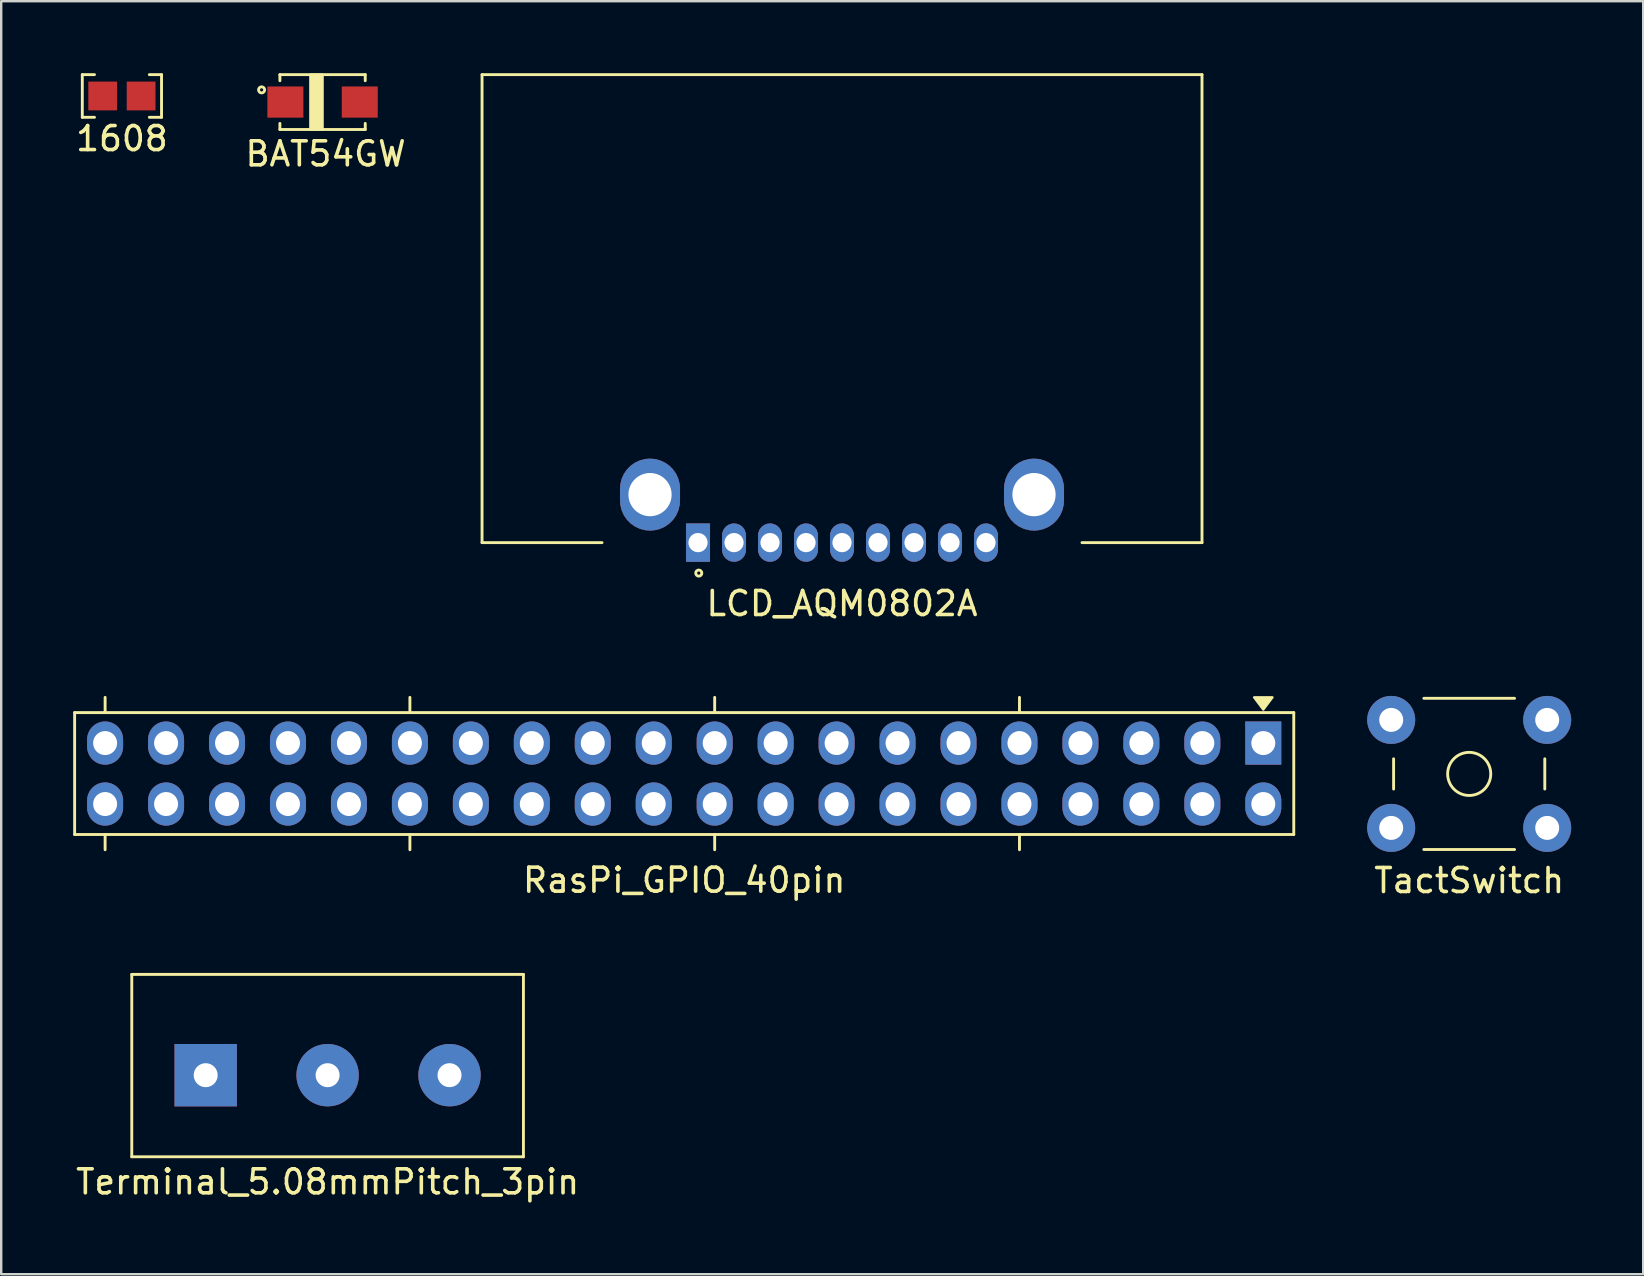
<source format=kicad_pcb>
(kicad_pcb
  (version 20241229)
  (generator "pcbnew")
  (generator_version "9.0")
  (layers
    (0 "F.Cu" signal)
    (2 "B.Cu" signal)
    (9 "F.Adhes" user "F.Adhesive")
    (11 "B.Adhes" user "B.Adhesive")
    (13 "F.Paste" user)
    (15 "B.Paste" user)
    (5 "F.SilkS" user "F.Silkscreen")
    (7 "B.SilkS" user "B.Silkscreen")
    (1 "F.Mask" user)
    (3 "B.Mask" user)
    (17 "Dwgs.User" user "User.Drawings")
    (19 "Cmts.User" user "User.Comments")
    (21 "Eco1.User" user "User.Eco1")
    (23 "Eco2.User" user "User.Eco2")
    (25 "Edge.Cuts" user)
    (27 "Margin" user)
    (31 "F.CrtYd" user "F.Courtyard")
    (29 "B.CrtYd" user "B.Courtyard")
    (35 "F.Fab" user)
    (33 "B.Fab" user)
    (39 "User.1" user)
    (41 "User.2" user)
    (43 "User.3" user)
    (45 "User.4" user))
  (footprint "Terminal_5.08mmPitch_3pin"
    (layer "F.Cu")
    (at 10.601 41.752)
    (property "Reference" "Terminal_5.08mmPitch_3pin" (at 0 4.445 0) (layer "F.SilkS") (effects (font (size 1 1) (thickness 0.15))))
    (attr through_hole)
    (fp_line (start -8.16 -4.2) (end 8.16 -4.2) (stroke (width 0.12) (type solid)) (layer "F.SilkS"))
    (fp_line (start -8.16 3.4) (end -8.16 -4.2) (stroke (width 0.12) (type solid)) (layer "F.SilkS"))
    (fp_line (start -8.16 3.4) (end 8.16 3.4) (stroke (width 0.12) (type solid)) (layer "F.SilkS"))
    (fp_line (start 8.16 -4.2) (end 8.16 3.4) (stroke (width 0.12) (type solid)) (layer "F.SilkS"))
    (pad "1" thru_hole rect (at -5.08 0) (size 2.6 2.6) (drill 1) (layers "*.Cu" "*.Mask"))
    (pad "2" thru_hole circle (at 0 0) (size 2.6 2.6) (drill 1) (layers "*.Cu" "*.Mask"))
    (pad "3" thru_hole circle (at 5.08 0) (size 2.6 2.6) (drill 1) (layers "*.Cu" "*.Mask")))
  (footprint "TactSwitch"
    (layer "F.Cu")
    (at 58.17 29.198)
    (property "Reference" "TactSwitch" (at 0 4.445 0) (layer "F.SilkS") (effects (font (size 1 1) (thickness 0.15))))
    (attr through_hole)
    (fp_line (start -3.15 -0.63) (end -3.15 0.63) (stroke (width 0.12) (type solid)) (layer "F.SilkS"))
    (fp_line (start -1.89 -3.15) (end 1.89 -3.15) (stroke (width 0.12) (type solid)) (layer "F.SilkS"))
    (fp_line (start -1.89 3.15) (end 1.89 3.15) (stroke (width 0.12) (type solid)) (layer "F.SilkS"))
    (fp_line (start 3.15 -0.63) (end 3.15 0.63) (stroke (width 0.12) (type solid)) (layer "F.SilkS"))
    (fp_circle (center 0 0) (end 0.635 -0.635) (stroke (width 0.12) (type solid)) (fill no) (layer "F.SilkS"))
    (pad "1" thru_hole circle (at -3.25 -2.25) (size 2 2) (drill 1) (layers "*.Cu" "*.Mask"))
    (pad "2" thru_hole circle (at 3.25 -2.25) (size 2 2) (drill 1) (layers "*.Cu" "*.Mask"))
    (pad "3" thru_hole circle (at -3.25 2.25) (size 2 2) (drill 1) (layers "*.Cu" "*.Mask"))
    (pad "4" thru_hole circle (at 3.25 2.25) (size 2 2) (drill 1) (layers "*.Cu" "*.Mask")))
  (footprint "BAT54GW"
    (layer "F.Cu")
    (at 10.391 1.203)
    (property "Reference" "BAT54GW" (at 0.127 2.159 0) (layer "F.SilkS") (effects (font (size 1 1) (thickness 0.15))))
    (attr through_hole)
    (fp_line (start -1.778 -1.143) (end 1.778 -1.143) (stroke (width 0.12) (type solid)) (layer "F.SilkS"))
    (fp_line (start -1.778 -0.889) (end -1.778 -1.143) (stroke (width 0.12) (type solid)) (layer "F.SilkS"))
    (fp_line (start -1.778 0.889) (end -1.778 1.143) (stroke (width 0.12) (type solid)) (layer "F.SilkS"))
    (fp_line (start -1.778 1.143) (end 1.778 1.143) (stroke (width 0.12) (type solid)) (layer "F.SilkS"))
    (fp_line (start 1.778 -1.143) (end 1.778 -0.889) (stroke (width 0.12) (type solid)) (layer "F.SilkS"))
    (fp_line (start 1.778 1.143) (end 1.778 0.889) (stroke (width 0.12) (type solid)) (layer "F.SilkS"))
    (fp_circle (center -2.54 -0.508) (end -2.54 -0.381) (stroke (width 0.12) (type solid)) (fill no) (layer "F.SilkS"))
    (fp_poly (pts (xy 0 1.143) (xy -0.508 1.143) (xy -0.508 -1.143) (xy 0 -1.143)) (stroke (width 0.1) (type solid)) (fill yes) (layer "F.SilkS"))
    (pad "1" smd rect (at -1.55 0) (size 1.5 1.3) (layers "F.Cu" "F.Mask" "F.Paste"))
    (pad "2" smd rect (at 1.55 0) (size 1.5 1.3) (layers "F.Cu" "F.Mask" "F.Paste")))
  (footprint "1608"
    (layer "F.Cu")
    (at 2.03 0.949)
    (property "Reference" "1608" (at 0 1.778 0) (layer "F.SilkS") (effects (font (size 1 1) (thickness 0.15))))
    (attr through_hole)
    (fp_line (start -1.651 -0.889) (end -1.651 0.889) (stroke (width 0.12) (type solid)) (layer "F.SilkS"))
    (fp_line (start -1.651 0.889) (end -1.143 0.889) (stroke (width 0.12) (type solid)) (layer "F.SilkS"))
    (fp_line (start -1.143 -0.889) (end -1.651 -0.889) (stroke (width 0.12) (type solid)) (layer "F.SilkS"))
    (fp_line (start 1.651 -0.889) (end 1.143 -0.889) (stroke (width 0.12) (type solid)) (layer "F.SilkS"))
    (fp_line (start 1.651 -0.889) (end 1.651 0.889) (stroke (width 0.12) (type solid)) (layer "F.SilkS"))
    (fp_line (start 1.651 0.889) (end 1.143 0.889) (stroke (width 0.12) (type solid)) (layer "F.SilkS"))
    (pad "1" smd rect (at -0.8 0) (size 1.2 1.2) (layers "F.Cu" "F.Mask" "F.Paste"))
    (pad "2" smd rect (at 0.8 0) (size 1.2 1.2) (layers "F.Cu" "F.Mask" "F.Paste")))
  (footprint "RasPi_GPIO_40pin"
    (layer "F.Cu")
    (at 25.46 29.183)
    (property "Reference" "RasPi_GPIO_40pin" (at 0 4.445 0) (layer "F.SilkS") (effects (font (size 1 1) (thickness 0.15))))
    (attr through_hole)
    (fp_line (start -25.4 -2.54) (end 25.4 -2.54) (stroke (width 0.12) (type solid)) (layer "F.SilkS"))
    (fp_line (start -25.4 2.54) (end -25.4 -2.54) (stroke (width 0.12) (type solid)) (layer "F.SilkS"))
    (fp_line (start -24.13 -3.175) (end -24.13 -2.54) (stroke (width 0.12) (type solid)) (layer "F.SilkS"))
    (fp_line (start -24.13 2.54) (end -24.13 3.175) (stroke (width 0.12) (type solid)) (layer "F.SilkS"))
    (fp_line (start -11.43 -3.175) (end -11.43 -2.54) (stroke (width 0.12) (type solid)) (layer "F.SilkS"))
    (fp_line (start -11.43 2.54) (end -11.43 3.175) (stroke (width 0.12) (type solid)) (layer "F.SilkS"))
    (fp_line (start 1.27 -3.175) (end 1.27 -2.54) (stroke (width 0.12) (type solid)) (layer "F.SilkS"))
    (fp_line (start 1.27 2.54) (end 1.27 3.175) (stroke (width 0.12) (type solid)) (layer "F.SilkS"))
    (fp_line (start 13.97 -3.175) (end 13.97 -2.54) (stroke (width 0.12) (type solid)) (layer "F.SilkS"))
    (fp_line (start 13.97 3.175) (end 13.97 2.54) (stroke (width 0.12) (type solid)) (layer "F.SilkS"))
    (fp_line (start 25.4 -2.54) (end 25.4 2.54) (stroke (width 0.12) (type solid)) (layer "F.SilkS"))
    (fp_line (start 25.4 2.54) (end -25.4 2.54) (stroke (width 0.12) (type solid)) (layer "F.SilkS"))
    (fp_poly (pts (xy 24.13 -2.667) (xy 23.749 -3.175) (xy 24.511 -3.175)) (stroke (width 0.1) (type solid)) (fill yes) (layer "F.SilkS"))
    (pad "1" thru_hole rect (at 24.13 -1.27) (size 1.5 1.8) (drill 1) (layers "*.Cu" "*.Mask"))
    (pad "2" thru_hole oval (at 24.13 1.27) (size 1.5 1.8) (drill 1) (layers "*.Cu" "*.Mask"))
    (pad "3" thru_hole oval (at 21.59 -1.27) (size 1.5 1.8) (drill 1) (layers "*.Cu" "*.Mask"))
    (pad "4" thru_hole oval (at 21.59 1.27) (size 1.5 1.8) (drill 1) (layers "*.Cu" "*.Mask"))
    (pad "5" thru_hole oval (at 19.05 -1.27) (size 1.5 1.8) (drill 1) (layers "*.Cu" "*.Mask"))
    (pad "6" thru_hole oval (at 19.05 1.27) (size 1.5 1.8) (drill 1) (layers "*.Cu" "*.Mask"))
    (pad "7" thru_hole oval (at 16.51 -1.27) (size 1.5 1.8) (drill 1) (layers "*.Cu" "*.Mask"))
    (pad "8" thru_hole oval (at 16.51 1.27) (size 1.5 1.8) (drill 1) (layers "*.Cu" "*.Mask"))
    (pad "9" thru_hole oval (at 13.97 -1.27) (size 1.5 1.8) (drill 1) (layers "*.Cu" "*.Mask"))
    (pad "10" thru_hole oval (at 13.97 1.27) (size 1.5 1.8) (drill 1) (layers "*.Cu" "*.Mask"))
    (pad "11" thru_hole oval (at 11.43 -1.27) (size 1.5 1.8) (drill 1) (layers "*.Cu" "*.Mask"))
    (pad "12" thru_hole oval (at 11.43 1.27) (size 1.5 1.8) (drill 1) (layers "*.Cu" "*.Mask"))
    (pad "13" thru_hole oval (at 8.89 -1.27) (size 1.5 1.8) (drill 1) (layers "*.Cu" "*.Mask"))
    (pad "14" thru_hole oval (at 8.89 1.27) (size 1.5 1.8) (drill 1) (layers "*.Cu" "*.Mask"))
    (pad "15" thru_hole oval (at 6.35 -1.27) (size 1.5 1.8) (drill 1) (layers "*.Cu" "*.Mask"))
    (pad "16" thru_hole oval (at 6.35 1.27) (size 1.5 1.8) (drill 1) (layers "*.Cu" "*.Mask"))
    (pad "17" thru_hole oval (at 3.81 -1.27) (size 1.5 1.8) (drill 1) (layers "*.Cu" "*.Mask"))
    (pad "18" thru_hole oval (at 3.81 1.27) (size 1.5 1.8) (drill 1) (layers "*.Cu" "*.Mask"))
    (pad "19" thru_hole oval (at 1.27 -1.27) (size 1.5 1.8) (drill 1) (layers "*.Cu" "*.Mask"))
    (pad "20" thru_hole oval (at 1.27 1.27) (size 1.5 1.8) (drill 1) (layers "*.Cu" "*.Mask"))
    (pad "21" thru_hole oval (at -1.27 -1.27) (size 1.5 1.8) (drill 1) (layers "*.Cu" "*.Mask"))
    (pad "22" thru_hole oval (at -1.27 1.27) (size 1.5 1.8) (drill 1) (layers "*.Cu" "*.Mask"))
    (pad "23" thru_hole oval (at -3.81 -1.27) (size 1.5 1.8) (drill 1) (layers "*.Cu" "*.Mask"))
    (pad "24" thru_hole oval (at -3.81 1.27) (size 1.5 1.8) (drill 1) (layers "*.Cu" "*.Mask"))
    (pad "25" thru_hole oval (at -6.35 -1.27) (size 1.5 1.8) (drill 1) (layers "*.Cu" "*.Mask"))
    (pad "26" thru_hole oval (at -6.35 1.27) (size 1.5 1.8) (drill 1) (layers "*.Cu" "*.Mask"))
    (pad "27" thru_hole oval (at -8.89 -1.27) (size 1.5 1.8) (drill 1) (layers "*.Cu" "*.Mask"))
    (pad "28" thru_hole oval (at -8.89 1.27) (size 1.5 1.8) (drill 1) (layers "*.Cu" "*.Mask"))
    (pad "29" thru_hole oval (at -11.43 -1.27) (size 1.5 1.8) (drill 1) (layers "*.Cu" "*.Mask"))
    (pad "30" thru_hole oval (at -11.43 1.27) (size 1.5 1.8) (drill 1) (layers "*.Cu" "*.Mask"))
    (pad "31" thru_hole oval (at -13.97 -1.27) (size 1.5 1.8) (drill 1) (layers "*.Cu" "*.Mask"))
    (pad "32" thru_hole oval (at -13.97 1.27) (size 1.5 1.8) (drill 1) (layers "*.Cu" "*.Mask"))
    (pad "33" thru_hole oval (at -16.51 -1.27) (size 1.5 1.8) (drill 1) (layers "*.Cu" "*.Mask"))
    (pad "34" thru_hole oval (at -16.51 1.27) (size 1.5 1.8) (drill 1) (layers "*.Cu" "*.Mask"))
    (pad "35" thru_hole oval (at -19.05 -1.27) (size 1.5 1.8) (drill 1) (layers "*.Cu" "*.Mask"))
    (pad "36" thru_hole oval (at -19.05 1.27) (size 1.5 1.8) (drill 1) (layers "*.Cu" "*.Mask"))
    (pad "37" thru_hole oval (at -21.59 -1.27) (size 1.5 1.8) (drill 1) (layers "*.Cu" "*.Mask"))
    (pad "38" thru_hole oval (at -21.59 1.27) (size 1.5 1.8) (drill 1) (layers "*.Cu" "*.Mask"))
    (pad "39" thru_hole oval (at -24.13 -1.27) (size 1.5 1.8) (drill 1) (layers "*.Cu" "*.Mask"))
    (pad "40" thru_hole oval (at -24.13 1.27) (size 1.5 1.8) (drill 1) (layers "*.Cu" "*.Mask")))
  (footprint "LCD_AQM0802A"
    (layer "F.Cu")
    (at 32.036 19.56)
    (property "Reference" "LCD_AQM0802A" (at 0 2.54 0) (layer "F.SilkS") (effects (font (size 1 1) (thickness 0.15))))
    (attr through_hole)
    (fp_line (start -15 -19.5) (end 15 -19.5) (stroke (width 0.12) (type solid)) (layer "F.SilkS"))
    (fp_line (start -15 0) (end -15 -19.5) (stroke (width 0.12) (type solid)) (layer "F.SilkS"))
    (fp_line (start -15 0) (end -10 0) (stroke (width 0.12) (type solid)) (layer "F.SilkS"))
    (fp_line (start 15 -19.5) (end 15 0) (stroke (width 0.12) (type solid)) (layer "F.SilkS"))
    (fp_line (start 15 0) (end 10 0) (stroke (width 0.12) (type solid)) (layer "F.SilkS"))
    (fp_circle (center -5.969 1.27) (end -5.969 1.397) (stroke (width 0.12) (type solid)) (fill no) (layer "F.SilkS"))
    (pad "1" thru_hole rect (at -6 0) (size 1 1.6) (drill 0.8) (layers "*.Cu" "*.Mask"))
    (pad "2" thru_hole roundrect (at -4.5 0) (size 1 1.6) (drill 0.8) (layers "*.Cu" "*.Mask") (roundrect_rratio 0.5))
    (pad "3" thru_hole roundrect (at -3 0) (size 1 1.6) (drill 0.8) (layers "*.Cu" "*.Mask") (roundrect_rratio 0.5))
    (pad "4" thru_hole roundrect (at -1.5 0) (size 1 1.6) (drill 0.8) (layers "*.Cu" "*.Mask") (roundrect_rratio 0.5))
    (pad "5" thru_hole roundrect (at 0 0) (size 1 1.6) (drill 0.8) (layers "*.Cu" "*.Mask") (roundrect_rratio 0.5))
    (pad "6" thru_hole roundrect (at 1.5 0) (size 1 1.6) (drill 0.8) (layers "*.Cu" "*.Mask") (roundrect_rratio 0.5))
    (pad "7" thru_hole roundrect (at 3 0) (size 1 1.6) (drill 0.8) (layers "*.Cu" "*.Mask") (roundrect_rratio 0.5))
    (pad "8" thru_hole roundrect (at 4.5 0) (size 1 1.6) (drill 0.8) (layers "*.Cu" "*.Mask") (roundrect_rratio 0.5))
    (pad "9" thru_hole roundrect (at 6 0) (size 1 1.6) (drill 0.8) (layers "*.Cu" "*.Mask") (roundrect_rratio 0.5))
    (pad "A" thru_hole roundrect (at -8 -2) (size 2.5 3) (drill 1.8) (layers "*.Cu" "*.Mask") (roundrect_rratio 0.5))
    (pad "K" thru_hole roundrect (at 8 -2) (size 2.5 3) (drill 1.8) (layers "*.Cu" "*.Mask") (roundrect_rratio 0.5)))
  (gr_rect
    (start -3 -3)
    (end 65.42 50.045)
    (stroke (width 0.1) (type default))
    (fill no)
    (layer "Edge.Cuts")))
</source>
